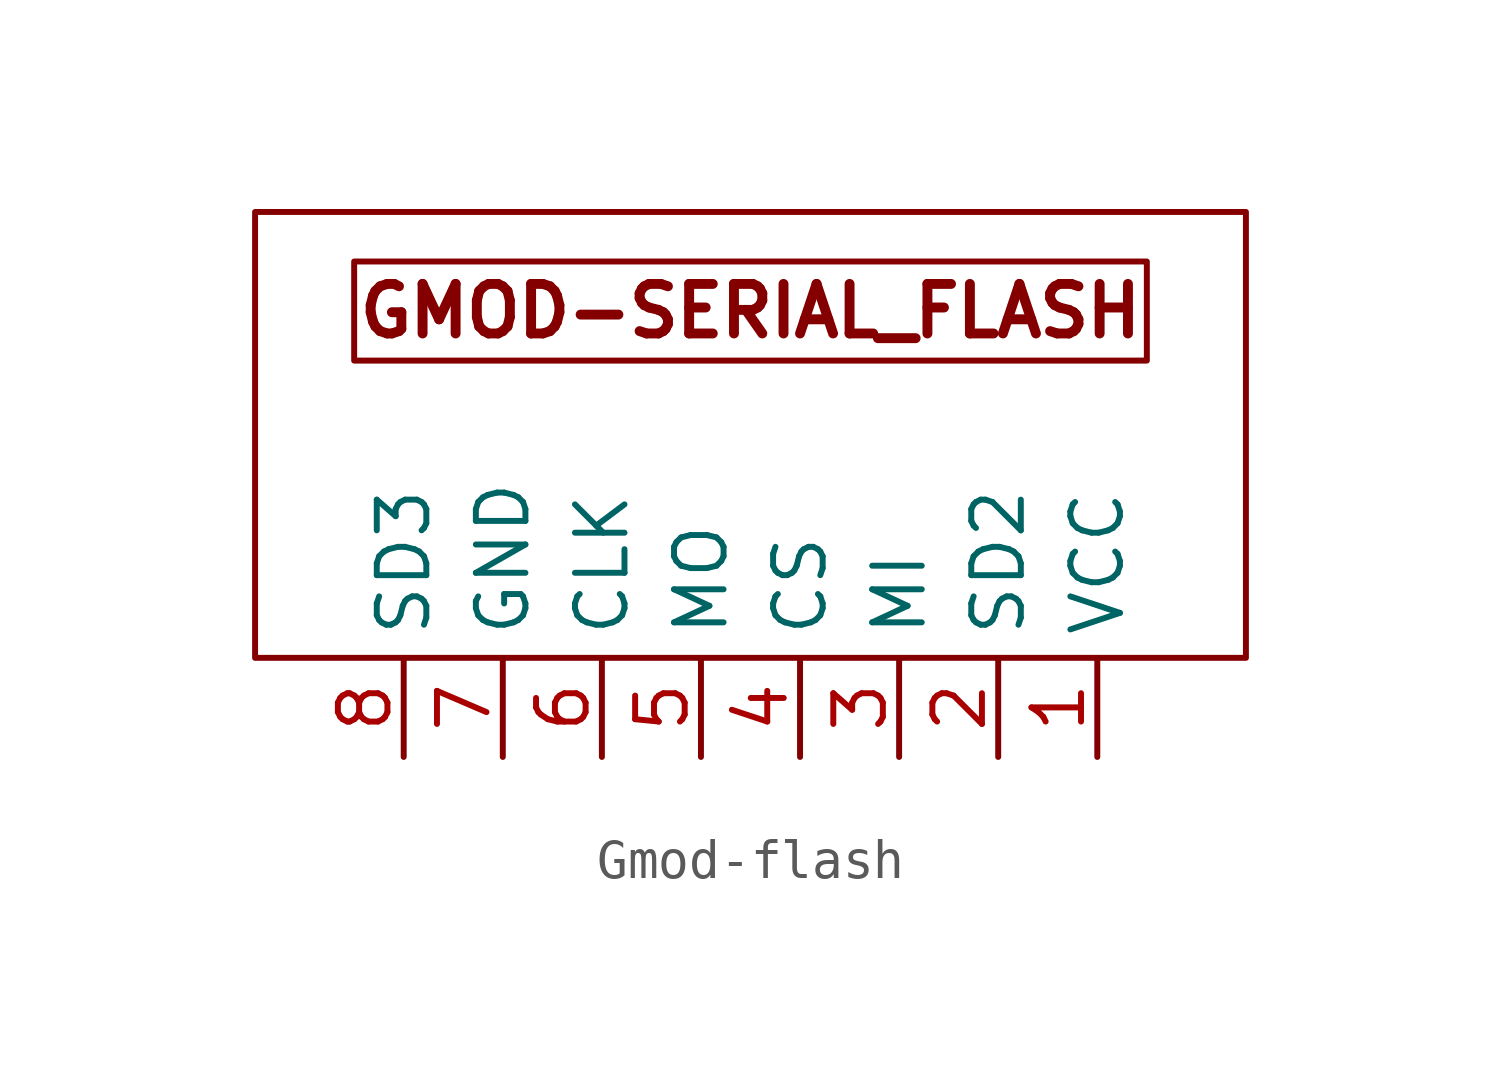
<source format=kicad_sym>
(kicad_symbol_lib
  (version 20241209)
  (generator "kicad_symbol_editor")
  (generator_version "9.0")
  (symbol "Gmod-flash"
    (property "Reference" "U"
      (at 1.27 7.62 0)
      (effects (font (size 1.27 1.27)) (hide yes)))
    (property "Value" ""
      (at -1.27 -5.08 0)
      (effects (font (size 1.27 1.27))))
    (symbol "Gmod-flash_0_1"
      (rectangle (start -10.16 6.35) (end 10.16 3.81) (stroke (width 0) (type default)) (fill (type none)))
      (rectangle (start 12.7 -3.81) (end -12.7 7.62) (stroke (width 0) (type default)) (fill (type none))))
    (symbol "Gmod-flash_1_1"
      (text "GMOD-SERIAL_FLASH" (at 0 5.08 0) (effects (font (size 1.27 1.27) (thickness 0.254) (bold yes))))
      (pin bidirectional line (at -8.89 -6.35 90) (length 2.54) (name "SD3" (effects (font (size 1.27 1.27)))) (number "8" (effects (font (size 1.27 1.27)))))
      (pin power_in line (at -6.35 -6.35 90) (length 2.54) (name "GND" (effects (font (size 1.27 1.27)))) (number "7" (effects (font (size 1.27 1.27)))))
      (pin bidirectional line (at -3.81 -6.35 90) (length 2.54) (name "CLK" (effects (font (size 1.27 1.27)))) (number "6" (effects (font (size 1.27 1.27)))))
      (pin bidirectional line (at -1.27 -6.35 90) (length 2.54) (name "MO" (effects (font (size 1.27 1.27)))) (number "5" (effects (font (size 1.27 1.27)))))
      (pin bidirectional line (at 1.27 -6.35 90) (length 2.54) (name "CS" (effects (font (size 1.27 1.27)))) (number "4" (effects (font (size 1.27 1.27)))))
      (pin bidirectional line (at 3.81 -6.35 90) (length 2.54) (name "MI" (effects (font (size 1.27 1.27)))) (number "3" (effects (font (size 1.27 1.27)))))
      (pin bidirectional line (at 6.35 -6.35 90) (length 2.54) (name "SD2" (effects (font (size 1.27 1.27)))) (number "2" (effects (font (size 1.27 1.27)))))
      (pin power_in line (at 8.89 -6.35 90) (length 2.54) (name "VCC" (effects (font (size 1.27 1.27)))) (number "1" (effects (font (size 1.27 1.27))))))))
</source>
